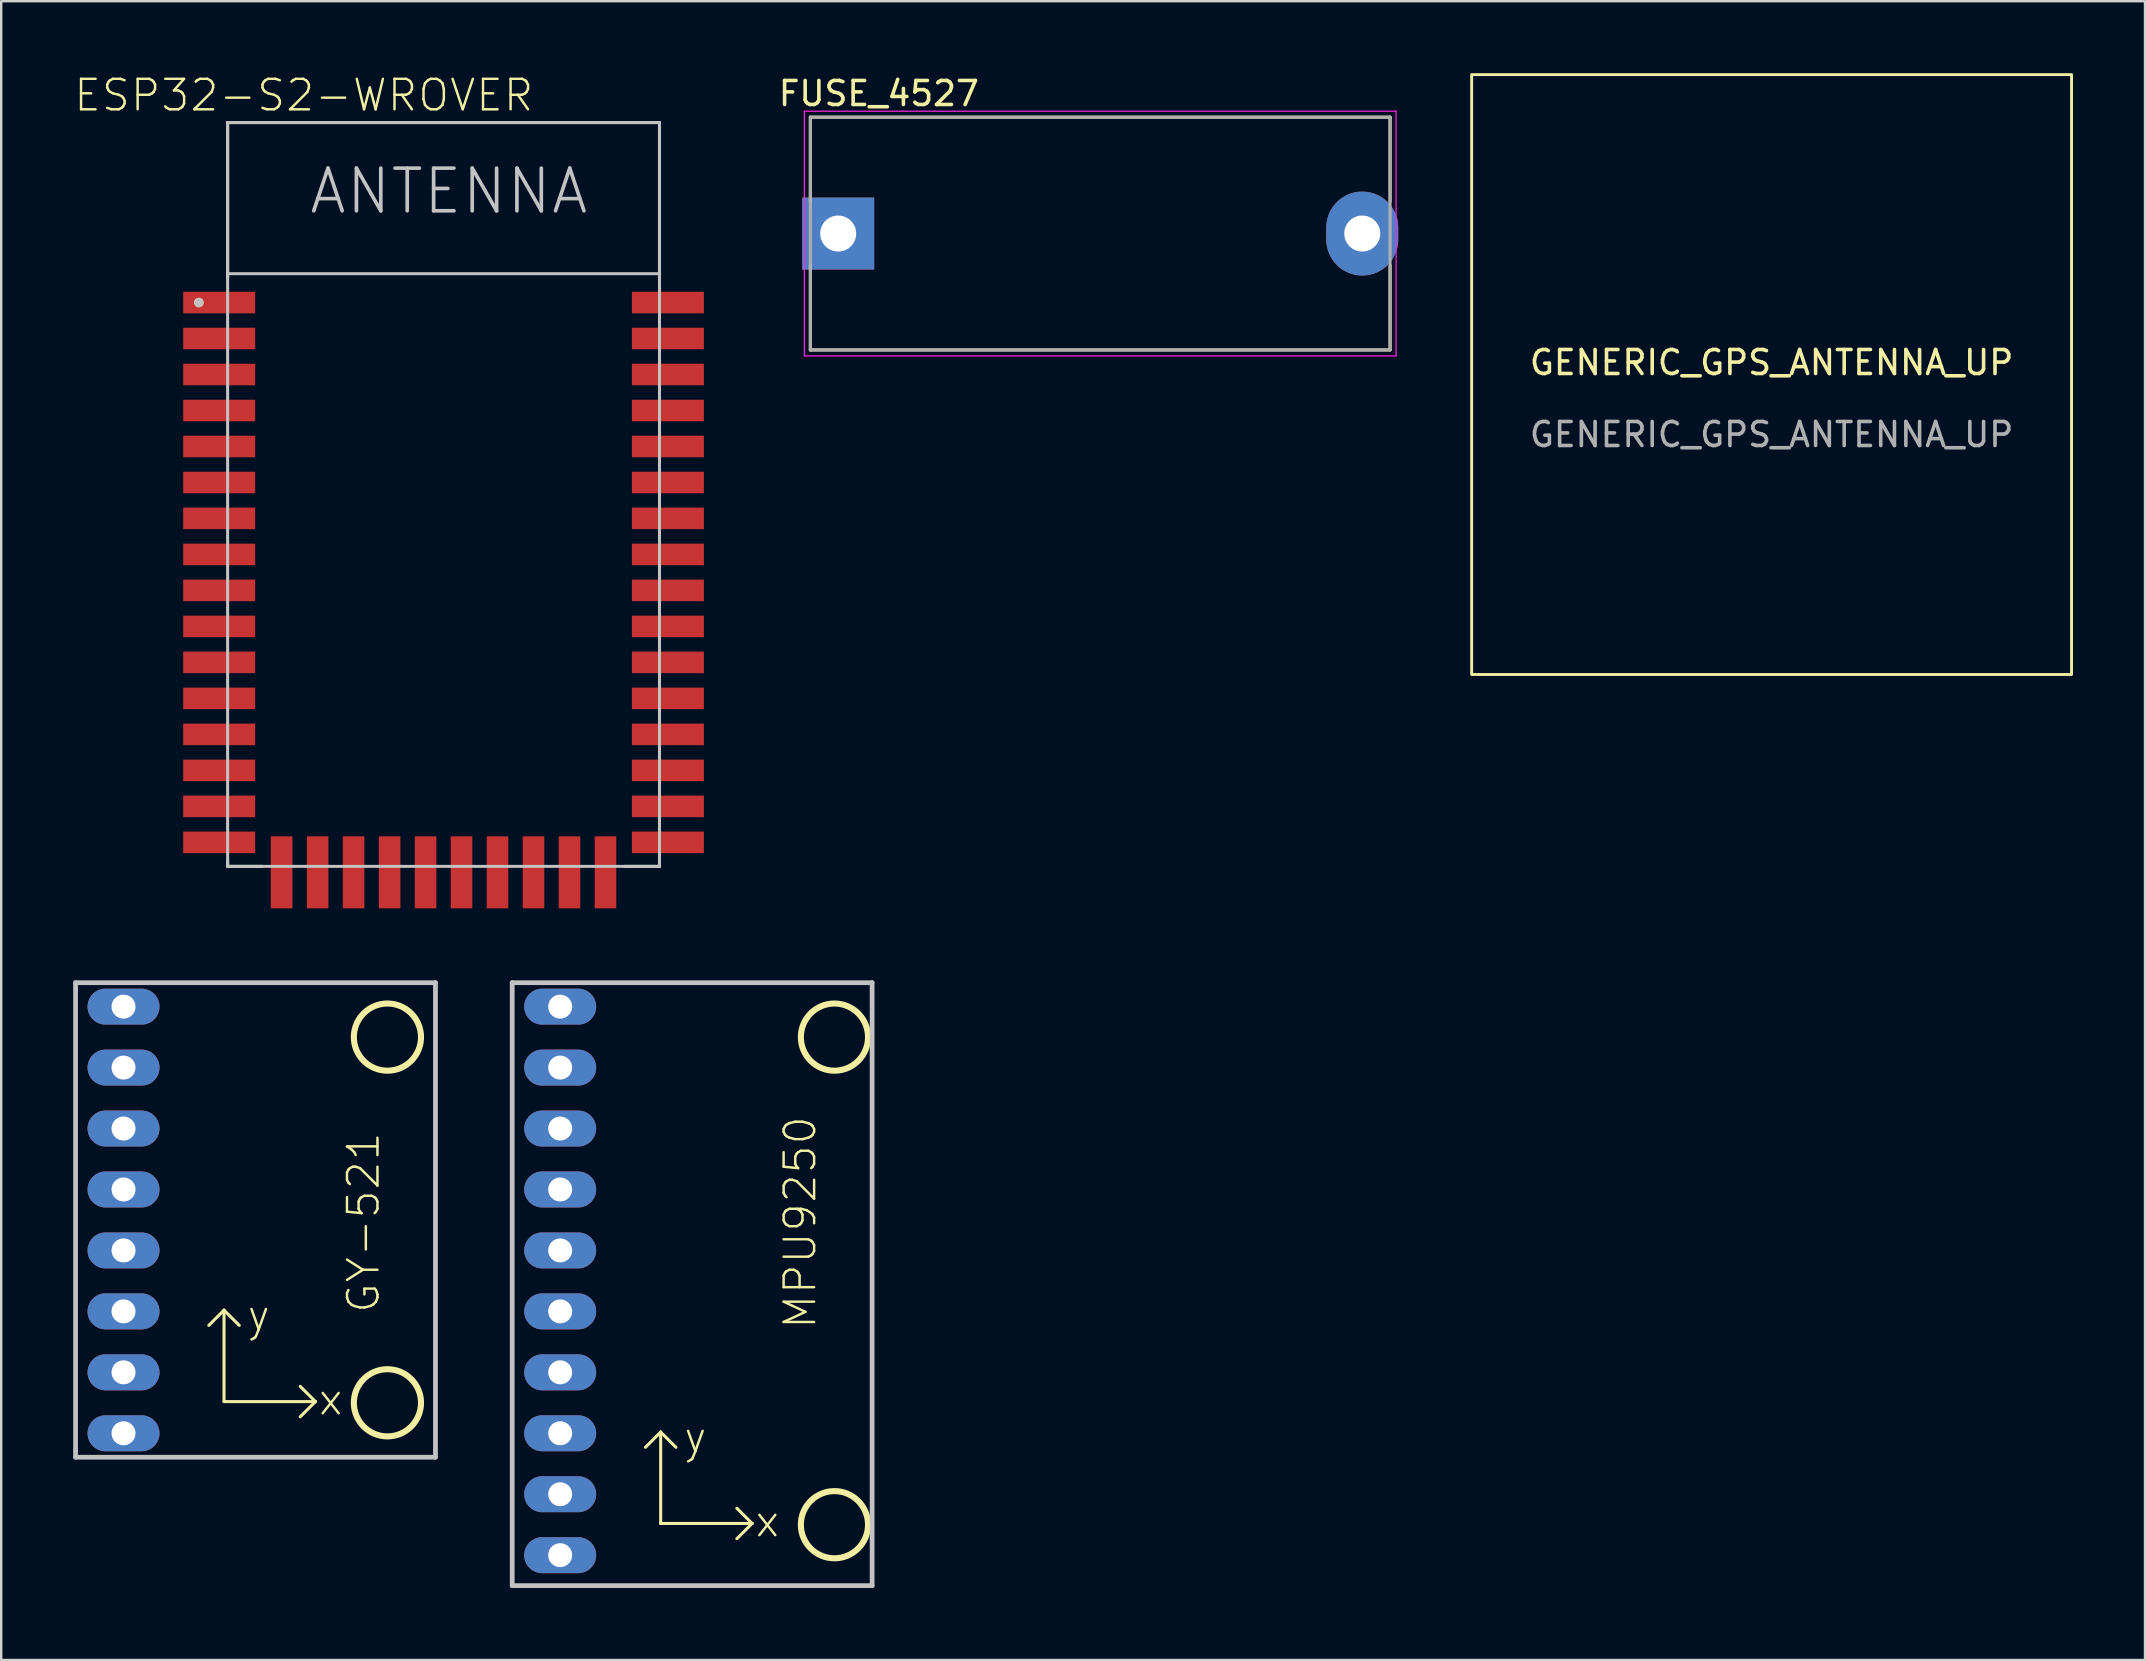
<source format=kicad_pcb>
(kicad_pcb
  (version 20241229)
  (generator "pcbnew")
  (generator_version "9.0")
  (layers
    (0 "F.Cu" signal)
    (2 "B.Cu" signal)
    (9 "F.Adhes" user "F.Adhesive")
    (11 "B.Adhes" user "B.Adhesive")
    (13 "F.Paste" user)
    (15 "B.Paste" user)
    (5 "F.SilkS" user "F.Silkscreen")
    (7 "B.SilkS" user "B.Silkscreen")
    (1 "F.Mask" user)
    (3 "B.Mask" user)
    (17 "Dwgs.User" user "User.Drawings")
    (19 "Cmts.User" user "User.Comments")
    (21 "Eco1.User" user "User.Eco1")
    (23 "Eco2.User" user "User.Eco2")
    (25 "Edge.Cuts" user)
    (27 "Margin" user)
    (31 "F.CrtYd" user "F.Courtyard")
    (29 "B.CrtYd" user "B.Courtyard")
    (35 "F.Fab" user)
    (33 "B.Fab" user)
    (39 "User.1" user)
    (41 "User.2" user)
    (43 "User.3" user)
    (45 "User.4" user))
  (footprint "MPU9250"
    (layer "F.Cu")
    (at 20.295 38.901)
    (property "Reference" "MPU9250" (at 10 8.999 90) (layer "F.SilkS") (effects (font (size 1.27 1.27) (thickness 0.102))))
    (attr through_hole exclude_from_pos_files exclude_from_bom)
    (fp_line (start 4.188 17.729) (end 3.553 18.364) (stroke (width 0.127) (type solid)) (layer "F.SilkS"))
    (fp_line (start 4.188 17.729) (end 4.823 18.364) (stroke (width 0.127) (type solid)) (layer "F.SilkS"))
    (fp_line (start 4.188 21.539) (end 4.188 17.729) (stroke (width 0.127) (type solid)) (layer "F.SilkS"))
    (fp_line (start 4.188 21.539) (end 7.998 21.539) (stroke (width 0.127) (type solid)) (layer "F.SilkS"))
    (fp_line (start 7.998 21.539) (end 7.363 20.904) (stroke (width 0.127) (type solid)) (layer "F.SilkS"))
    (fp_line (start 7.998 21.539) (end 7.363 22.174) (stroke (width 0.127) (type solid)) (layer "F.SilkS"))
    (fp_circle (center 11.43 1.27) (end 11.43 -0.13) (stroke (width 0.254) (type solid)) (fill no) (layer "F.SilkS"))
    (fp_circle (center 11.43 21.59) (end 11.43 20.19) (stroke (width 0.254) (type solid)) (fill no) (layer "F.SilkS"))
    (fp_line (start -1.999 -0.998) (end -1.999 24.13) (stroke (width 0.198) (type solid)) (layer "Dwgs.User"))
    (fp_line (start -1.999 -0.998) (end 13 -0.998) (stroke (width 0.198) (type solid)) (layer "Dwgs.User"))
    (fp_line (start -1.999 24.13) (end 13 24.13) (stroke (width 0.198) (type solid)) (layer "Dwgs.User"))
    (fp_line (start 13 -0.998) (end 13 24.13) (stroke (width 0.198) (type solid)) (layer "Dwgs.User"))
    (fp_text user "y" (at 5.634 17.943 0) (layer "F.SilkS") (effects (font (size 1.27 1.27) (thickness 0.102))))
    (fp_text user "x" (at 8.633 21.443 0) (layer "F.SilkS") (effects (font (size 1.27 1.27) (thickness 0.102))))
    (pad "ADO" thru_hole oval (at 0 15.24) (size 3 1.5) (drill 1) (layers "*.Cu" "*.Mask"))
    (pad "ECL" thru_hole oval (at 0 10.16) (size 3 1.5) (drill 1) (layers "*.Cu" "*.Mask"))
    (pad "EDA" thru_hole oval (at 0 12.7) (size 3 1.5) (drill 1) (layers "*.Cu" "*.Mask"))
    (pad "FSYNC" thru_hole oval (at 0 22.86) (size 3 1.5) (drill 1) (layers "*.Cu" "*.Mask"))
    (pad "GND" thru_hole oval (at 0 2.54) (size 3 1.5) (drill 1) (layers "*.Cu" "*.Mask"))
    (pad "INT" thru_hole oval (at 0 17.78) (size 3 1.5) (drill 1) (layers "*.Cu" "*.Mask"))
    (pad "NCS" thru_hole oval (at 0 20.32) (size 3 1.5) (drill 1) (layers "*.Cu" "*.Mask"))
    (pad "SCL" thru_hole oval (at 0 5.08) (size 3 1.5) (drill 1) (layers "*.Cu" "*.Mask"))
    (pad "SDA" thru_hole oval (at 0 7.62) (size 3 1.5) (drill 1) (layers "*.Cu" "*.Mask"))
    (pad "VCC" thru_hole oval (at 0 0) (size 3 1.5) (drill 1) (layers "*.Cu" "*.Mask")))
  (footprint "FUSE_4527"
    (layer "F.Cu")
    (at 42.801 6.683)
    (property "Reference" "FUSE_4527" (at -9.225 -5.835 0) (layer "F.SilkS") (effects (font (size 1 1) (thickness 0.15))))
    (attr through_hole)
    (fp_line (start -12.08 -4.85) (end -12.08 -1.32) (stroke (width 0.127) (type solid)) (layer "F.SilkS"))
    (fp_line (start -12.08 -4.85) (end 12.08 -4.85) (stroke (width 0.127) (type solid)) (layer "F.SilkS"))
    (fp_line (start -12.08 4.85) (end -12.08 1.32) (stroke (width 0.127) (type solid)) (layer "F.SilkS"))
    (fp_line (start -12.08 4.85) (end 12.08 4.85) (stroke (width 0.127) (type solid)) (layer "F.SilkS"))
    (fp_line (start 12.08 -4.85) (end 12.08 -1.32) (stroke (width 0.127) (type solid)) (layer "F.SilkS"))
    (fp_line (start 12.08 4.85) (end 12.08 1.32) (stroke (width 0.127) (type solid)) (layer "F.SilkS"))
    (fp_line (start -12.33 -5.1) (end 12.33 -5.1) (stroke (width 0.05) (type solid)) (layer "F.CrtYd"))
    (fp_line (start -12.33 5.1) (end -12.33 -5.1) (stroke (width 0.05) (type solid)) (layer "F.CrtYd"))
    (fp_line (start 12.33 -5.1) (end 12.33 5.1) (stroke (width 0.05) (type solid)) (layer "F.CrtYd"))
    (fp_line (start 12.33 5.1) (end -12.33 5.1) (stroke (width 0.05) (type solid)) (layer "F.CrtYd"))
    (fp_line (start -12.08 -4.85) (end 12.08 -4.85) (stroke (width 0.127) (type solid)) (layer "F.Fab"))
    (fp_line (start -12.08 4.85) (end -12.08 -4.85) (stroke (width 0.127) (type solid)) (layer "F.Fab"))
    (fp_line (start 12.08 -4.85) (end 12.08 4.85) (stroke (width 0.127) (type solid)) (layer "F.Fab"))
    (fp_line (start 12.08 4.85) (end -12.08 4.85) (stroke (width 0.127) (type solid)) (layer "F.Fab"))
    (pad "1" thru_hole rect (at -10.92 0) (size 3 3) (drill 1.5) (layers "*.Cu" "*.Mask"))
    (pad "2" thru_hole oval (at 10.92 0) (size 3 3.5) (drill 1.5) (layers "*.Cu" "*.Mask")))
  (footprint "ESP32-S2-WROVER"
    (layer "F.Cu")
    (at 15.435 17.556)
    (property "Reference" "ESP32-S2-WROVER" (at -5.824 -16.634 0) (layer "F.SilkS") (effects (font (size 1.27 1.27) (thickness 0.102))))
    (attr smd)
    (fp_line (start -8.999 -15.499) (end 8.999 -15.499) (stroke (width 0.127) (type solid)) (layer "F.SilkS"))
    (fp_line (start -8.999 -8.999) (end -8.999 -15.499) (stroke (width 0.127) (type solid)) (layer "F.SilkS"))
    (fp_line (start -8.999 15.298) (end -8.999 15.499) (stroke (width 0.127) (type solid)) (layer "F.SilkS"))
    (fp_line (start -8.999 15.499) (end -7.549 15.499) (stroke (width 0.127) (type solid)) (layer "F.SilkS"))
    (fp_line (start 7.549 15.499) (end 8.999 15.499) (stroke (width 0.127) (type solid)) (layer "F.SilkS"))
    (fp_line (start 8.999 -15.499) (end 8.999 -8.999) (stroke (width 0.127) (type solid)) (layer "F.SilkS"))
    (fp_line (start 8.999 15.499) (end 8.999 15.298) (stroke (width 0.127) (type solid)) (layer "F.SilkS"))
    (fp_circle (center -10.198 -7.998) (end -10.198 -8.098) (stroke (width 0.198) (type solid)) (fill no) (layer "F.SilkS"))
    (fp_line (start -8.999 -15.499) (end -8.999 -9.2) (stroke (width 0.127) (type solid)) (layer "Dwgs.User"))
    (fp_line (start -8.999 -15.499) (end 8.999 -15.499) (stroke (width 0.127) (type solid)) (layer "Dwgs.User"))
    (fp_line (start -8.999 -9.2) (end 8.999 -9.2) (stroke (width 0.127) (type solid)) (layer "Dwgs.User"))
    (fp_line (start -8.999 15.499) (end -8.999 -9.2) (stroke (width 0.127) (type solid)) (layer "Dwgs.User"))
    (fp_line (start 8.999 -15.499) (end 8.999 -9.2) (stroke (width 0.127) (type solid)) (layer "Dwgs.User"))
    (fp_line (start 8.999 -9.2) (end 8.999 15.499) (stroke (width 0.127) (type solid)) (layer "Dwgs.User"))
    (fp_line (start 8.999 15.499) (end -8.999 15.499) (stroke (width 0.127) (type solid)) (layer "Dwgs.User"))
    (fp_circle (center -10.198 -7.998) (end -10.198 -8.098) (stroke (width 0.198) (type solid)) (fill no) (layer "Dwgs.User"))
    (fp_text user "ANTENNA" (at 0.221 -12.636 0) (layer "Dwgs.User") (effects (font (size 1.778 1.778) (thickness 0.152))))
    (pad "1" smd rect (at -9.35 -7.998) (size 3 0.899) (layers "F.Cu" "F.Mask" "F.Paste"))
    (pad "2" smd rect (at -9.35 -6.5) (size 3 0.899) (layers "F.Cu" "F.Mask" "F.Paste"))
    (pad "3" smd rect (at -9.35 -4.999) (size 3 0.899) (layers "F.Cu" "F.Mask" "F.Paste"))
    (pad "4" smd rect (at -9.35 -3.498) (size 3 0.899) (layers "F.Cu" "F.Mask" "F.Paste"))
    (pad "5" smd rect (at -9.35 -1.999) (size 3 0.899) (layers "F.Cu" "F.Mask" "F.Paste"))
    (pad "6" smd rect (at -9.35 -0.498) (size 3 0.899) (layers "F.Cu" "F.Mask" "F.Paste"))
    (pad "7" smd rect (at -9.35 0.998) (size 3 0.899) (layers "F.Cu" "F.Mask" "F.Paste"))
    (pad "8" smd rect (at -9.35 2.499) (size 3 0.899) (layers "F.Cu" "F.Mask" "F.Paste"))
    (pad "9" smd rect (at -9.35 3.998) (size 3 0.899) (layers "F.Cu" "F.Mask" "F.Paste"))
    (pad "10" smd rect (at -9.35 5.499) (size 3 0.899) (layers "F.Cu" "F.Mask" "F.Paste"))
    (pad "11" smd rect (at -9.35 6.998) (size 3 0.899) (layers "F.Cu" "F.Mask" "F.Paste"))
    (pad "12" smd rect (at -9.35 8.499) (size 3 0.899) (layers "F.Cu" "F.Mask" "F.Paste"))
    (pad "13" smd rect (at -9.35 10) (size 3 0.899) (layers "F.Cu" "F.Mask" "F.Paste"))
    (pad "14" smd rect (at -9.35 11.499) (size 3 0.899) (layers "F.Cu" "F.Mask" "F.Paste"))
    (pad "15" smd rect (at -9.35 13) (size 3 0.899) (layers "F.Cu" "F.Mask" "F.Paste"))
    (pad "16" smd rect (at -9.35 14.498) (size 3 0.899) (layers "F.Cu" "F.Mask" "F.Paste"))
    (pad "17" smd rect (at -6.749 15.748 90) (size 3 0.899) (layers "F.Cu" "F.Mask" "F.Paste"))
    (pad "18" smd rect (at -5.248 15.748 90) (size 3 0.899) (layers "F.Cu" "F.Mask" "F.Paste"))
    (pad "19" smd rect (at -3.749 15.748 90) (size 3 0.899) (layers "F.Cu" "F.Mask" "F.Paste"))
    (pad "20" smd rect (at -2.248 15.748 90) (size 3 0.899) (layers "F.Cu" "F.Mask" "F.Paste"))
    (pad "21" smd rect (at -0.749 15.748 90) (size 3 0.899) (layers "F.Cu" "F.Mask" "F.Paste"))
    (pad "22" smd rect (at 0.749 15.748 90) (size 3 0.899) (layers "F.Cu" "F.Mask" "F.Paste"))
    (pad "23" smd rect (at 2.248 15.748 90) (size 3 0.899) (layers "F.Cu" "F.Mask" "F.Paste"))
    (pad "24" smd rect (at 3.749 15.748 90) (size 3 0.899) (layers "F.Cu" "F.Mask" "F.Paste"))
    (pad "25" smd rect (at 5.248 15.748 90) (size 3 0.899) (layers "F.Cu" "F.Mask" "F.Paste"))
    (pad "26" smd rect (at 6.749 15.748 90) (size 3 0.899) (layers "F.Cu" "F.Mask" "F.Paste"))
    (pad "27" smd rect (at 9.35 14.498 180) (size 3 0.899) (layers "F.Cu" "F.Mask" "F.Paste"))
    (pad "28" smd rect (at 9.35 13 180) (size 3 0.899) (layers "F.Cu" "F.Mask" "F.Paste"))
    (pad "29" smd rect (at 9.35 11.499 180) (size 3 0.899) (layers "F.Cu" "F.Mask" "F.Paste"))
    (pad "30" smd rect (at 9.35 10 180) (size 3 0.899) (layers "F.Cu" "F.Mask" "F.Paste"))
    (pad "31" smd rect (at 9.35 8.499 180) (size 3 0.899) (layers "F.Cu" "F.Mask" "F.Paste"))
    (pad "32" smd rect (at 9.35 6.998 180) (size 3 0.899) (layers "F.Cu" "F.Mask" "F.Paste"))
    (pad "33" smd rect (at 9.35 5.499 180) (size 3 0.899) (layers "F.Cu" "F.Mask" "F.Paste"))
    (pad "34" smd rect (at 9.35 3.998 180) (size 3 0.899) (layers "F.Cu" "F.Mask" "F.Paste"))
    (pad "35" smd rect (at 9.35 2.499 180) (size 3 0.899) (layers "F.Cu" "F.Mask" "F.Paste"))
    (pad "36" smd rect (at 9.35 0.998 180) (size 3 0.899) (layers "F.Cu" "F.Mask" "F.Paste"))
    (pad "37" smd rect (at 9.35 -0.498 180) (size 3 0.899) (layers "F.Cu" "F.Mask" "F.Paste"))
    (pad "38" smd rect (at 9.35 -1.999 180) (size 3 0.899) (layers "F.Cu" "F.Mask" "F.Paste"))
    (pad "39" smd rect (at 9.35 -3.498 180) (size 3 0.899) (layers "F.Cu" "F.Mask" "F.Paste"))
    (pad "40" smd rect (at 9.35 -4.999 180) (size 3 0.899) (layers "F.Cu" "F.Mask" "F.Paste"))
    (pad "41" smd rect (at 9.35 -6.5 180) (size 3 0.899) (layers "F.Cu" "F.Mask" "F.Paste"))
    (pad "42" smd rect (at 9.35 -7.998 180) (size 3 0.899) (layers "F.Cu" "F.Mask" "F.Paste")))
  (footprint "GENERIC_GPS_ANTENNA_UP"
    (layer "F.Cu")
    (at 70.781 12.56)
    (property "Reference" "GENERIC_GPS_ANTENNA_UP" (at 0 -0.5 0) (unlocked yes) (layer "F.SilkS") (effects (font (size 1 1) (thickness 0.15))))
    (attr smd)
    (fp_rect (start -12.5 -12.5) (end 12.5 12.5) (stroke (width 0.12) (type solid)) (fill no) (layer "F.SilkS"))
    (fp_text user "${REFERENCE}" (at 0 2.5 0) (unlocked yes) (layer "F.Fab") (effects (font (size 1 1) (thickness 0.15))))
    (zone (net_name "") (layers "F.Cu" "B.Cu" "F.SilkS") (hatch edge 0.508) (connect_pads) (min_thickness 0.254) (filled_areas_thickness no) (keepout (tracks not_allowed) (vias not_allowed) (pads not_allowed) (copperpour not_allowed) (footprints allowed)) (placement (enabled no)) (fill) (polygon (pts (xy 80.781 22.56) (xy 60.781 22.56) (xy 60.781 2.56) (xy 80.781 2.56)))))
  (footprint "GY-521"
    (layer "F.Cu")
    (at 2.098 38.901)
    (property "Reference" "GY-521" (at 10 8.999 90) (layer "F.SilkS") (effects (font (size 1.27 1.27) (thickness 0.102))))
    (attr through_hole exclude_from_pos_files exclude_from_bom)
    (fp_line (start 4.188 12.649) (end 3.553 13.284) (stroke (width 0.127) (type solid)) (layer "F.SilkS"))
    (fp_line (start 4.188 12.649) (end 4.823 13.284) (stroke (width 0.127) (type solid)) (layer "F.SilkS"))
    (fp_line (start 4.188 16.459) (end 4.188 12.649) (stroke (width 0.127) (type solid)) (layer "F.SilkS"))
    (fp_line (start 4.188 16.459) (end 7.998 16.459) (stroke (width 0.127) (type solid)) (layer "F.SilkS"))
    (fp_line (start 7.998 16.459) (end 7.363 15.824) (stroke (width 0.127) (type solid)) (layer "F.SilkS"))
    (fp_line (start 7.998 16.459) (end 7.363 17.094) (stroke (width 0.127) (type solid)) (layer "F.SilkS"))
    (fp_circle (center 10.998 1.27) (end 10.998 -0.13) (stroke (width 0.254) (type solid)) (fill no) (layer "F.SilkS"))
    (fp_circle (center 10.998 16.51) (end 10.998 15.11) (stroke (width 0.254) (type solid)) (fill no) (layer "F.SilkS"))
    (fp_line (start -1.999 -0.998) (end -1.999 18.778) (stroke (width 0.198) (type solid)) (layer "Dwgs.User"))
    (fp_line (start -1.999 -0.998) (end 13 -0.998) (stroke (width 0.198) (type solid)) (layer "Dwgs.User"))
    (fp_line (start -1.999 18.778) (end 13 18.778) (stroke (width 0.198) (type solid)) (layer "Dwgs.User"))
    (fp_line (start 13 -0.998) (end 13 18.778) (stroke (width 0.198) (type solid)) (layer "Dwgs.User"))
    (fp_text user "x" (at 8.633 16.363 0) (layer "F.SilkS") (effects (font (size 1.27 1.27) (thickness 0.102))))
    (fp_text user "y" (at 5.634 12.863 0) (layer "F.SilkS") (effects (font (size 1.27 1.27) (thickness 0.102))))
    (pad "ADO" thru_hole oval (at 0 15.24) (size 3 1.5) (drill 1) (layers "*.Cu" "*.Mask"))
    (pad "GND" thru_hole oval (at 0 2.54) (size 3 1.5) (drill 1) (layers "*.Cu" "*.Mask"))
    (pad "INT" thru_hole oval (at 0 17.78) (size 3 1.5) (drill 1) (layers "*.Cu" "*.Mask"))
    (pad "SCL" thru_hole oval (at 0 5.08) (size 3 1.5) (drill 1) (layers "*.Cu" "*.Mask"))
    (pad "SDA" thru_hole oval (at 0 7.62) (size 3 1.5) (drill 1) (layers "*.Cu" "*.Mask"))
    (pad "VCC" thru_hole oval (at 0 0) (size 3 1.5) (drill 1) (layers "*.Cu" "*.Mask"))
    (pad "XCL" thru_hole oval (at 0 10.16) (size 3 1.5) (drill 1) (layers "*.Cu" "*.Mask"))
    (pad "XDA" thru_hole oval (at 0 12.7) (size 3 1.5) (drill 1) (layers "*.Cu" "*.Mask")))
  (gr_rect
    (start -3 -3)
    (end 86.341 66.13)
    (stroke (width 0.1) (type default))
    (fill no)
    (layer "Edge.Cuts")))
</source>
